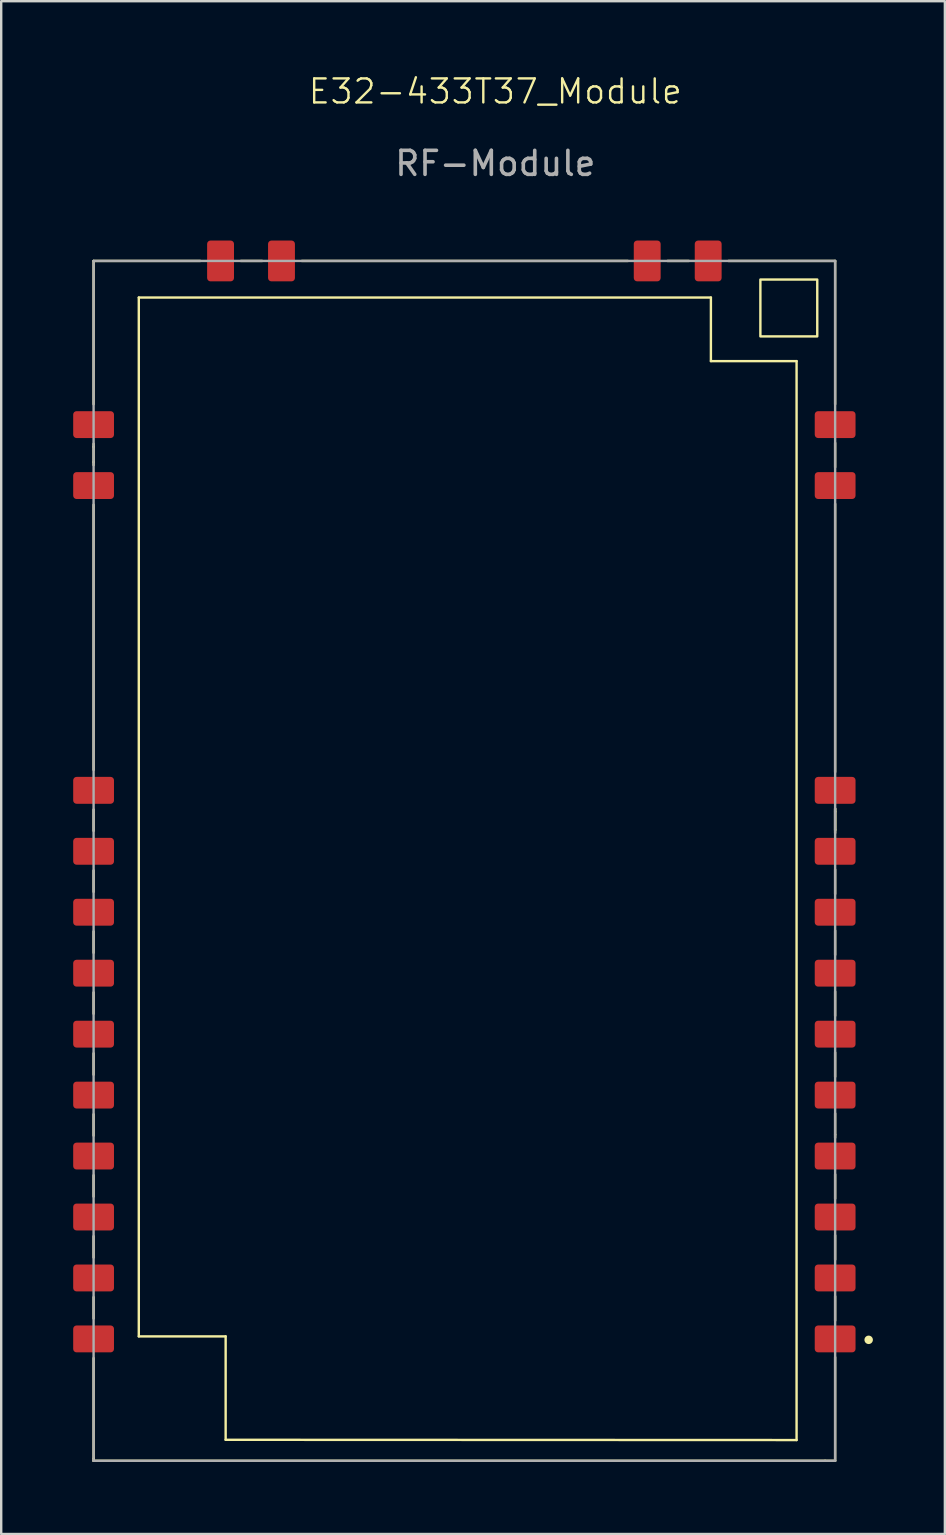
<source format=kicad_pcb>
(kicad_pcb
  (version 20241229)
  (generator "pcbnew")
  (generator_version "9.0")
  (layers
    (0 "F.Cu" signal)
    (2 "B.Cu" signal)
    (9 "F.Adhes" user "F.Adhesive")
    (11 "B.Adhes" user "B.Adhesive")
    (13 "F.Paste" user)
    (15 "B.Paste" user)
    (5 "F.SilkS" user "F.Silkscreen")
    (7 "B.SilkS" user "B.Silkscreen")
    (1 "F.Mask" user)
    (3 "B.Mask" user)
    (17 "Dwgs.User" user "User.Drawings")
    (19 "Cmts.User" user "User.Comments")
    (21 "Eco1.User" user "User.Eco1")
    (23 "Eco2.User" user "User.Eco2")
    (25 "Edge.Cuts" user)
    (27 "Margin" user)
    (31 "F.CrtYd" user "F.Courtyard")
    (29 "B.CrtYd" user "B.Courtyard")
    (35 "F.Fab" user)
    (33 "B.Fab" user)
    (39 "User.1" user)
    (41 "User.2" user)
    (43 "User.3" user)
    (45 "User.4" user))
  (footprint "E32-433T37_Module"
    (layer "F.Cu")
    (at 14.893 22.614)
    (property "Reference" "E32-433T37_Module" (at 2.697 -21.854 0) (unlocked yes) (layer "F.SilkS") (effects (font (size 1 1) (thickness 0.1))))
    (attr smd)
    (fp_line (start -14.043 -14.79) (end -14.043 -8.821) (stroke (width 0.1) (type default)) (layer "F.SilkS"))
    (fp_line (start -14.043 -14.79) (end -9.598 -14.79) (stroke (width 0.1) (type default)) (layer "F.SilkS"))
    (fp_line (start -14.043 -7.043) (end -14.043 -7.17) (stroke (width 0.1) (type default)) (layer "F.SilkS"))
    (fp_line (start -14.043 -7.043) (end -14.043 -6.408) (stroke (width 0.1) (type default)) (layer "F.SilkS"))
    (fp_line (start -14.043 -6.408) (end -14.043 -6.281) (stroke (width 0.1) (type default)) (layer "F.SilkS"))
    (fp_line (start -14.043 -4.63) (end -14.043 6.419) (stroke (width 0.1) (type default)) (layer "F.SilkS"))
    (fp_line (start -14.043 8.07) (end -14.043 8.959) (stroke (width 0.1) (type default)) (layer "F.SilkS"))
    (fp_line (start -14.043 10.61) (end -14.043 11.499) (stroke (width 0.1) (type default)) (layer "F.SilkS"))
    (fp_line (start -14.043 13.15) (end -14.043 14.039) (stroke (width 0.1) (type default)) (layer "F.SilkS"))
    (fp_line (start -14.043 15.69) (end -14.043 16.579) (stroke (width 0.1) (type default)) (layer "F.SilkS"))
    (fp_line (start -14.043 18.23) (end -14.043 19.119) (stroke (width 0.1) (type default)) (layer "F.SilkS"))
    (fp_line (start -14.043 20.77) (end -14.043 21.659) (stroke (width 0.1) (type default)) (layer "F.SilkS"))
    (fp_line (start -14.043 23.31) (end -14.043 24.199) (stroke (width 0.1) (type default)) (layer "F.SilkS"))
    (fp_line (start -14.043 25.85) (end -14.043 26.739) (stroke (width 0.1) (type default)) (layer "F.SilkS"))
    (fp_line (start -14.043 28.39) (end -14.043 29.279) (stroke (width 0.1) (type default)) (layer "F.SilkS"))
    (fp_line (start -14.043 30.93) (end -14.043 35.121) (stroke (width 0.1) (type default)) (layer "F.SilkS"))
    (fp_line (start -14.043 35.121) (end -14.043 35.21) (stroke (width 0.1) (type default)) (layer "F.SilkS"))
    (fp_line (start -14.043 35.21) (end 16.438 35.21) (stroke (width 0.1) (type default)) (layer "F.SilkS"))
    (fp_line (start -12.159 -13.266) (end -12.159 30.024) (stroke (width 0.1) (type default)) (layer "F.SilkS"))
    (fp_line (start -12.159 -13.266) (end 11.681 -13.266) (stroke (width 0.1) (type default)) (layer "F.SilkS"))
    (fp_line (start -12.159 30.024) (end -8.54 30.024) (stroke (width 0.1) (type default)) (layer "F.SilkS"))
    (fp_line (start -8.54 30.024) (end -8.54 34.334) (stroke (width 0.1) (type default)) (layer "F.SilkS"))
    (fp_line (start -7.019 -14.79) (end -7.907 -14.79) (stroke (width 0.1) (type default)) (layer "F.SilkS"))
    (fp_line (start 8.222 -14.79) (end -5.367 -14.79) (stroke (width 0.1) (type default)) (layer "F.SilkS"))
    (fp_line (start 10.761 -14.79) (end 9.873 -14.79) (stroke (width 0.1) (type default)) (layer "F.SilkS"))
    (fp_line (start 11.681 -13.266) (end 11.681 -10.616) (stroke (width 0.1) (type default)) (layer "F.SilkS"))
    (fp_line (start 11.681 -10.616) (end 15.251 -10.616) (stroke (width 0.1) (type default)) (layer "F.SilkS"))
    (fp_line (start 15.251 -10.616) (end 15.251 34.344) (stroke (width 0.1) (type default)) (layer "F.SilkS"))
    (fp_line (start 15.251 34.344) (end -8.54 34.334) (stroke (width 0.1) (type default)) (layer "F.SilkS"))
    (fp_line (start 16.858 -14.79) (end 12.412 -14.79) (stroke (width 0.1) (type default)) (layer "F.SilkS"))
    (fp_line (start 16.858 -14.79) (end 16.858 -8.821) (stroke (width 0.1) (type default)) (layer "F.SilkS"))
    (fp_line (start 16.858 -7.208) (end 16.858 -6.192) (stroke (width 0.1) (type default)) (layer "F.SilkS"))
    (fp_line (start 16.858 -4.668) (end 16.858 6.508) (stroke (width 0.1) (type default)) (layer "F.SilkS"))
    (fp_line (start 16.858 8.032) (end 16.858 8.921) (stroke (width 0.1) (type default)) (layer "F.SilkS"))
    (fp_line (start 16.858 8.159) (end 16.858 8.032) (stroke (width 0.1) (type default)) (layer "F.SilkS"))
    (fp_line (start 16.858 8.159) (end 16.858 8.921) (stroke (width 0.1) (type default)) (layer "F.SilkS"))
    (fp_line (start 16.858 9.048) (end 16.858 8.921) (stroke (width 0.1) (type default)) (layer "F.SilkS"))
    (fp_line (start 16.858 10.572) (end 16.858 11.588) (stroke (width 0.1) (type default)) (layer "F.SilkS"))
    (fp_line (start 16.858 14.128) (end 16.858 13.112) (stroke (width 0.1) (type default)) (layer "F.SilkS"))
    (fp_line (start 16.858 16.668) (end 16.858 15.652) (stroke (width 0.1) (type default)) (layer "F.SilkS"))
    (fp_line (start 16.858 19.208) (end 16.858 18.192) (stroke (width 0.1) (type default)) (layer "F.SilkS"))
    (fp_line (start 16.858 21.621) (end 16.858 20.732) (stroke (width 0.1) (type default)) (layer "F.SilkS"))
    (fp_line (start 16.858 21.621) (end 16.858 21.748) (stroke (width 0.1) (type default)) (layer "F.SilkS"))
    (fp_line (start 16.858 24.288) (end 16.858 23.272) (stroke (width 0.1) (type default)) (layer "F.SilkS"))
    (fp_line (start 16.858 26.828) (end 16.858 25.812) (stroke (width 0.1) (type default)) (layer "F.SilkS"))
    (fp_line (start 16.858 29.368) (end 16.858 28.352) (stroke (width 0.1) (type default)) (layer "F.SilkS"))
    (fp_line (start 16.858 35.21) (end 16.438 35.21) (stroke (width 0.1) (type default)) (layer "F.SilkS"))
    (fp_line (start 16.858 35.21) (end 16.858 30.892) (stroke (width 0.1) (type default)) (layer "F.SilkS"))
    (fp_rect (start 13.743 -14.016) (end 16.113 -11.646) (stroke (width 0.1) (type default)) (fill no) (layer "F.SilkS"))
    (fp_circle (center 18.255 30.168) (end 18.381 30.168) (stroke (width 0.1) (type solid)) (fill yes) (layer "F.SilkS"))
    (fp_line (start -14.043 -14.79) (end -14.043 35.21) (stroke (width 0.1) (type default)) (layer "F.Fab"))
    (fp_line (start -14.043 -14.79) (end 16.858 -14.79) (stroke (width 0.1) (type default)) (layer "F.Fab"))
    (fp_line (start -14.043 35.21) (end 16.858 35.21) (stroke (width 0.1) (type default)) (layer "F.Fab"))
    (fp_line (start 16.858 -14.79) (end 16.858 35.21) (stroke (width 0.1) (type default)) (layer "F.Fab"))
    (fp_text user "RF-Module" (at 2.697 -18.854 0) (unlocked yes) (layer "F.Fab") (effects (font (size 1 1) (thickness 0.15))))
    (pad "1" smd roundrect (at 16.858 30.13 180) (size 1.7 1.12) (layers "F.Cu" "F.Mask" "F.Paste") (roundrect_rratio 0.125))
    (pad "2" smd roundrect (at 16.858 27.59 180) (size 1.7 1.12) (layers "F.Cu" "F.Mask" "F.Paste") (roundrect_rratio 0.125))
    (pad "3" smd roundrect (at 16.858 25.05 180) (size 1.7 1.12) (layers "F.Cu" "F.Mask" "F.Paste") (roundrect_rratio 0.125))
    (pad "4" smd roundrect (at 16.858 22.51 180) (size 1.7 1.12) (layers "F.Cu" "F.Mask" "F.Paste") (roundrect_rratio 0.125))
    (pad "5" smd roundrect (at 16.858 19.97 180) (size 1.7 1.12) (layers "F.Cu" "F.Mask" "F.Paste") (roundrect_rratio 0.125))
    (pad "6" smd roundrect (at 16.858 17.43 180) (size 1.7 1.12) (layers "F.Cu" "F.Mask" "F.Paste") (roundrect_rratio 0.125))
    (pad "7" smd roundrect (at 16.858 14.89 180) (size 1.7 1.12) (layers "F.Cu" "F.Mask" "F.Paste") (roundrect_rratio 0.125))
    (pad "8" smd roundrect (at 16.858 12.35 180) (size 1.7 1.12) (layers "F.Cu" "F.Mask" "F.Paste") (roundrect_rratio 0.125))
    (pad "9" smd roundrect (at 16.858 9.81 180) (size 1.7 1.12) (layers "F.Cu" "F.Mask" "F.Paste") (roundrect_rratio 0.125))
    (pad "10" smd roundrect (at 16.858 7.27 180) (size 1.7 1.12) (layers "F.Cu" "F.Mask" "F.Paste") (roundrect_rratio 0.125))
    (pad "11" smd roundrect (at 16.858 -5.43 180) (size 1.7 1.12) (layers "F.Cu" "F.Mask" "F.Paste") (roundrect_rratio 0.125))
    (pad "12" smd roundrect (at 16.858 -7.97 180) (size 1.7 1.12) (layers "F.Cu" "F.Mask" "F.Paste") (roundrect_rratio 0.125))
    (pad "13" smd roundrect (at 11.568 -14.79 90) (size 1.7 1.12) (layers "F.Cu" "F.Mask" "F.Paste") (roundrect_rratio 0.125))
    (pad "14" smd roundrect (at 9.027 -14.79 90) (size 1.7 1.12) (layers "F.Cu" "F.Mask" "F.Paste") (roundrect_rratio 0.125))
    (pad "15" smd roundrect (at -6.213 -14.79 90) (size 1.7 1.12) (layers "F.Cu" "F.Mask" "F.Paste") (roundrect_rratio 0.125))
    (pad "16" smd roundrect (at -8.752 -14.79 90) (size 1.7 1.12) (layers "F.Cu" "F.Mask" "F.Paste") (roundrect_rratio 0.125))
    (pad "17" smd roundrect (at -14.043 -7.97 180) (size 1.7 1.12) (layers "F.Cu" "F.Mask" "F.Paste") (roundrect_rratio 0.125))
    (pad "18" smd roundrect (at -14.043 -5.43 180) (size 1.7 1.12) (layers "F.Cu" "F.Mask" "F.Paste") (roundrect_rratio 0.125))
    (pad "19" smd roundrect (at -14.043 7.27 180) (size 1.7 1.12) (layers "F.Cu" "F.Mask" "F.Paste") (roundrect_rratio 0.125))
    (pad "20" smd roundrect (at -14.043 9.81 180) (size 1.7 1.12) (layers "F.Cu" "F.Mask" "F.Paste") (roundrect_rratio 0.125))
    (pad "21" smd roundrect (at -14.043 12.35 180) (size 1.7 1.12) (layers "F.Cu" "F.Mask" "F.Paste") (roundrect_rratio 0.125))
    (pad "22" smd roundrect (at -14.043 14.89 180) (size 1.7 1.12) (layers "F.Cu" "F.Mask" "F.Paste") (roundrect_rratio 0.125))
    (pad "23" smd roundrect (at -14.043 17.43 180) (size 1.7 1.12) (layers "F.Cu" "F.Mask" "F.Paste") (roundrect_rratio 0.125))
    (pad "24" smd roundrect (at -14.043 19.97 180) (size 1.7 1.12) (layers "F.Cu" "F.Mask" "F.Paste") (roundrect_rratio 0.125))
    (pad "25" smd roundrect (at -14.043 22.51 180) (size 1.7 1.12) (layers "F.Cu" "F.Mask" "F.Paste") (roundrect_rratio 0.125))
    (pad "26" smd roundrect (at -14.043 25.05 180) (size 1.7 1.12) (layers "F.Cu" "F.Mask" "F.Paste") (roundrect_rratio 0.125))
    (pad "27" smd roundrect (at -14.043 27.59 180) (size 1.7 1.12) (layers "F.Cu" "F.Mask" "F.Paste") (roundrect_rratio 0.125))
    (pad "28" smd roundrect (at -14.043 30.13 180) (size 1.7 1.12) (layers "F.Cu" "F.Mask" "F.Paste") (roundrect_rratio 0.125)))
  (gr_rect
    (start -3 -3)
    (end 36.324 60.874)
    (stroke (width 0.1) (type default))
    (fill no)
    (layer "Edge.Cuts")))
</source>
